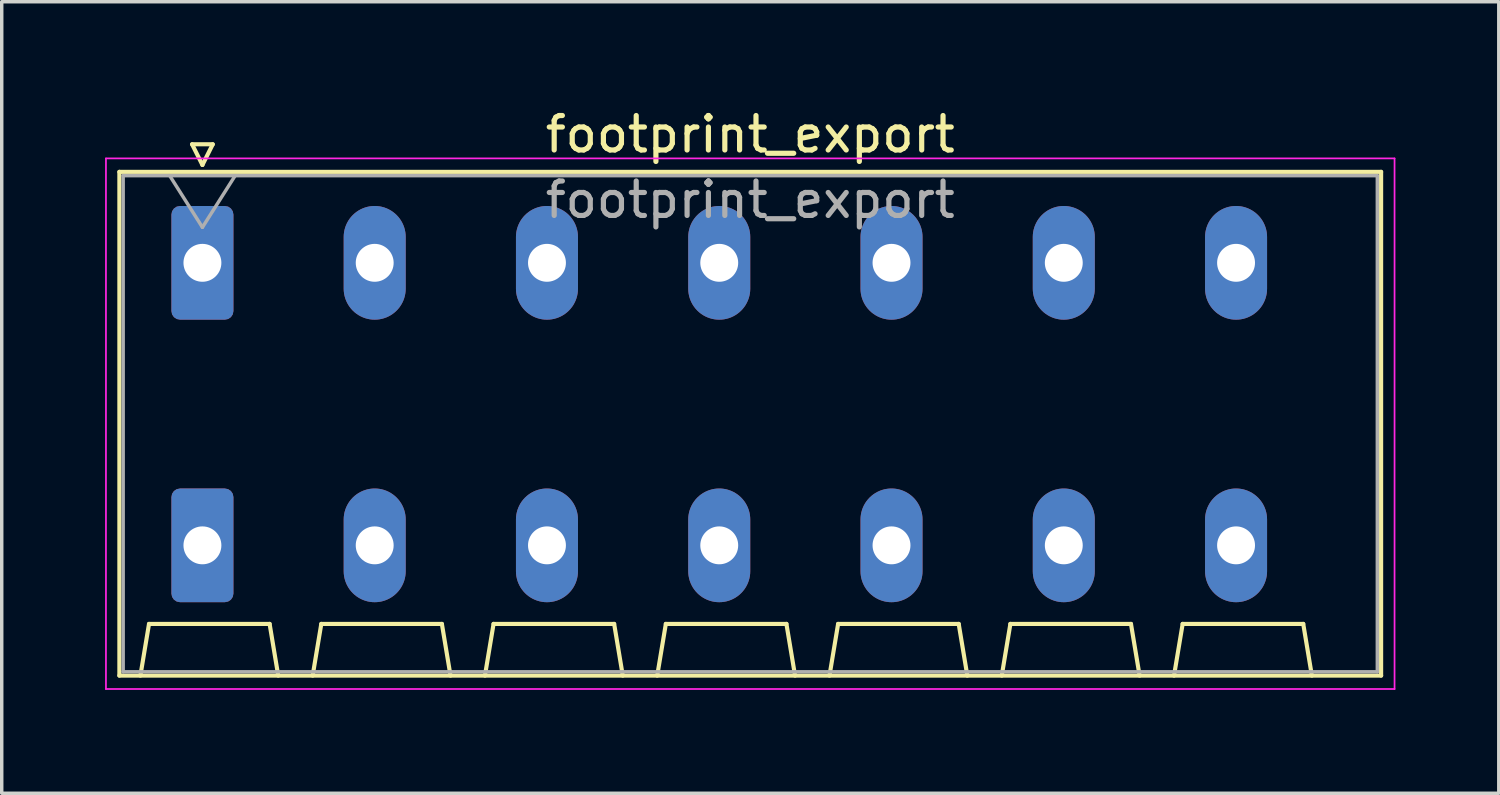
<source format=kicad_pcb>
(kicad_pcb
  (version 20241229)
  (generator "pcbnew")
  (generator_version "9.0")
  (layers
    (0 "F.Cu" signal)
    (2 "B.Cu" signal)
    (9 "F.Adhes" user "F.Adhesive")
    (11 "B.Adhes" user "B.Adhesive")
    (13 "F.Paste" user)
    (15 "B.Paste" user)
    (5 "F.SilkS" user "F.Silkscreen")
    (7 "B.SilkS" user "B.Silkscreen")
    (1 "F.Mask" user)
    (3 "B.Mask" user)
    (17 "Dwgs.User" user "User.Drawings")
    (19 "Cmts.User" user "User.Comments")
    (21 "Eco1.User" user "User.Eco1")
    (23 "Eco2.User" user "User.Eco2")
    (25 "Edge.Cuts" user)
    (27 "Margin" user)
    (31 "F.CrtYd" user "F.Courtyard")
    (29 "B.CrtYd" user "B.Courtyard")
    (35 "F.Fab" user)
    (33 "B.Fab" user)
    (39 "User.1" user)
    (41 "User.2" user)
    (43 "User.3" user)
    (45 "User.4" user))
  (footprint "footprint_export"
    (layer "F.Cu")
    (at 2.825 4.578)
    (property "Reference" "footprint_export" (at 15.9 -3.73 0) (layer "F.SilkS") (effects (font (size 1 1) (thickness 0.15))))
    (attr through_hole)
    (fp_line (start -2.41 -2.64) (end 34.21 -2.64) (stroke (width 0.12) (type solid)) (layer "F.SilkS"))
    (fp_line (start -2.41 11.98) (end -2.41 -2.64) (stroke (width 0.12) (type solid)) (layer "F.SilkS"))
    (fp_line (start -1.8 11.98) (end -1.55 10.48) (stroke (width 0.12) (type solid)) (layer "F.SilkS"))
    (fp_line (start -1.55 10.48) (end 1.95 10.48) (stroke (width 0.12) (type solid)) (layer "F.SilkS"))
    (fp_line (start -0.3 -3.44) (end 0 -2.84) (stroke (width 0.12) (type solid)) (layer "F.SilkS"))
    (fp_line (start -0.3 -3.44) (end 0.3 -3.44) (stroke (width 0.12) (type solid)) (layer "F.SilkS"))
    (fp_line (start 0.3 -3.44) (end 0 -2.84) (stroke (width 0.12) (type solid)) (layer "F.SilkS"))
    (fp_line (start 2.2 11.98) (end 1.95 10.48) (stroke (width 0.12) (type solid)) (layer "F.SilkS"))
    (fp_line (start 3.2 11.98) (end 3.45 10.48) (stroke (width 0.12) (type solid)) (layer "F.SilkS"))
    (fp_line (start 3.45 10.48) (end 6.95 10.48) (stroke (width 0.12) (type solid)) (layer "F.SilkS"))
    (fp_line (start 7.2 11.98) (end 6.95 10.48) (stroke (width 0.12) (type solid)) (layer "F.SilkS"))
    (fp_line (start 8.2 11.98) (end 8.45 10.48) (stroke (width 0.12) (type solid)) (layer "F.SilkS"))
    (fp_line (start 8.45 10.48) (end 11.95 10.48) (stroke (width 0.12) (type solid)) (layer "F.SilkS"))
    (fp_line (start 12.2 11.98) (end 11.95 10.48) (stroke (width 0.12) (type solid)) (layer "F.SilkS"))
    (fp_line (start 13.2 11.98) (end 13.45 10.48) (stroke (width 0.12) (type solid)) (layer "F.SilkS"))
    (fp_line (start 13.45 10.48) (end 16.95 10.48) (stroke (width 0.12) (type solid)) (layer "F.SilkS"))
    (fp_line (start 17.2 11.98) (end 16.95 10.48) (stroke (width 0.12) (type solid)) (layer "F.SilkS"))
    (fp_line (start 18.2 11.98) (end 18.45 10.48) (stroke (width 0.12) (type solid)) (layer "F.SilkS"))
    (fp_line (start 18.45 10.48) (end 21.95 10.48) (stroke (width 0.12) (type solid)) (layer "F.SilkS"))
    (fp_line (start 22.2 11.98) (end 21.95 10.48) (stroke (width 0.12) (type solid)) (layer "F.SilkS"))
    (fp_line (start 23.2 11.98) (end 23.45 10.48) (stroke (width 0.12) (type solid)) (layer "F.SilkS"))
    (fp_line (start 23.45 10.48) (end 26.95 10.48) (stroke (width 0.12) (type solid)) (layer "F.SilkS"))
    (fp_line (start 27.2 11.98) (end 26.95 10.48) (stroke (width 0.12) (type solid)) (layer "F.SilkS"))
    (fp_line (start 28.2 11.98) (end 28.45 10.48) (stroke (width 0.12) (type solid)) (layer "F.SilkS"))
    (fp_line (start 28.45 10.48) (end 31.95 10.48) (stroke (width 0.12) (type solid)) (layer "F.SilkS"))
    (fp_line (start 32.2 11.98) (end 31.95 10.48) (stroke (width 0.12) (type solid)) (layer "F.SilkS"))
    (fp_line (start 34.21 -2.64) (end 34.21 11.98) (stroke (width 0.12) (type solid)) (layer "F.SilkS"))
    (fp_line (start 34.21 11.98) (end -2.41 11.98) (stroke (width 0.12) (type solid)) (layer "F.SilkS"))
    (fp_line (start -2.8 -3.03) (end -2.8 12.37) (stroke (width 0.05) (type solid)) (layer "F.CrtYd"))
    (fp_line (start -2.8 12.37) (end 34.6 12.37) (stroke (width 0.05) (type solid)) (layer "F.CrtYd"))
    (fp_line (start 34.6 -3.03) (end -2.8 -3.03) (stroke (width 0.05) (type solid)) (layer "F.CrtYd"))
    (fp_line (start 34.6 12.37) (end 34.6 -3.03) (stroke (width 0.05) (type solid)) (layer "F.CrtYd"))
    (fp_line (start -2.3 -2.53) (end -2.3 11.87) (stroke (width 0.1) (type solid)) (layer "F.Fab"))
    (fp_line (start -2.3 11.87) (end 34.1 11.87) (stroke (width 0.1) (type solid)) (layer "F.Fab"))
    (fp_line (start -0.95 -2.53) (end 0 -1.03) (stroke (width 0.1) (type solid)) (layer "F.Fab"))
    (fp_line (start 0.95 -2.53) (end 0 -1.03) (stroke (width 0.1) (type solid)) (layer "F.Fab"))
    (fp_line (start 34.1 -2.53) (end -2.3 -2.53) (stroke (width 0.1) (type solid)) (layer "F.Fab"))
    (fp_line (start 34.1 11.87) (end 34.1 -2.53) (stroke (width 0.1) (type solid)) (layer "F.Fab"))
    (fp_text user "${REFERENCE}" (at 15.9 -1.83 0) (layer "F.Fab") (effects (font (size 1 1) (thickness 0.15))))
    (pad "1" thru_hole roundrect (at 0 0) (size 1.8 3.3) (drill 1.1) (layers "*.Cu" "*.Mask") (roundrect_rratio 0.139))
    (pad "1" thru_hole roundrect (at 0 8.2) (size 1.8 3.3) (drill 1.1) (layers "*.Cu" "*.Mask") (roundrect_rratio 0.139))
    (pad "2" thru_hole oval (at 5 0) (size 1.8 3.3) (drill 1.1) (layers "*.Cu" "*.Mask"))
    (pad "2" thru_hole oval (at 5 8.2) (size 1.8 3.3) (drill 1.1) (layers "*.Cu" "*.Mask"))
    (pad "3" thru_hole oval (at 10 0) (size 1.8 3.3) (drill 1.1) (layers "*.Cu" "*.Mask"))
    (pad "3" thru_hole oval (at 10 8.2) (size 1.8 3.3) (drill 1.1) (layers "*.Cu" "*.Mask"))
    (pad "4" thru_hole oval (at 15 0) (size 1.8 3.3) (drill 1.1) (layers "*.Cu" "*.Mask"))
    (pad "4" thru_hole oval (at 15 8.2) (size 1.8 3.3) (drill 1.1) (layers "*.Cu" "*.Mask"))
    (pad "5" thru_hole oval (at 20 0) (size 1.8 3.3) (drill 1.1) (layers "*.Cu" "*.Mask"))
    (pad "5" thru_hole oval (at 20 8.2) (size 1.8 3.3) (drill 1.1) (layers "*.Cu" "*.Mask"))
    (pad "6" thru_hole oval (at 25 0) (size 1.8 3.3) (drill 1.1) (layers "*.Cu" "*.Mask"))
    (pad "6" thru_hole oval (at 25 8.2) (size 1.8 3.3) (drill 1.1) (layers "*.Cu" "*.Mask"))
    (pad "7" thru_hole oval (at 30 0) (size 1.8 3.3) (drill 1.1) (layers "*.Cu" "*.Mask"))
    (pad "7" thru_hole oval (at 30 8.2) (size 1.8 3.3) (drill 1.1) (layers "*.Cu" "*.Mask")))
  (gr_rect
    (start -3 -3)
    (end 40.45 19.973)
    (stroke (width 0.1) (type default))
    (fill no)
    (layer "Edge.Cuts")))
</source>
